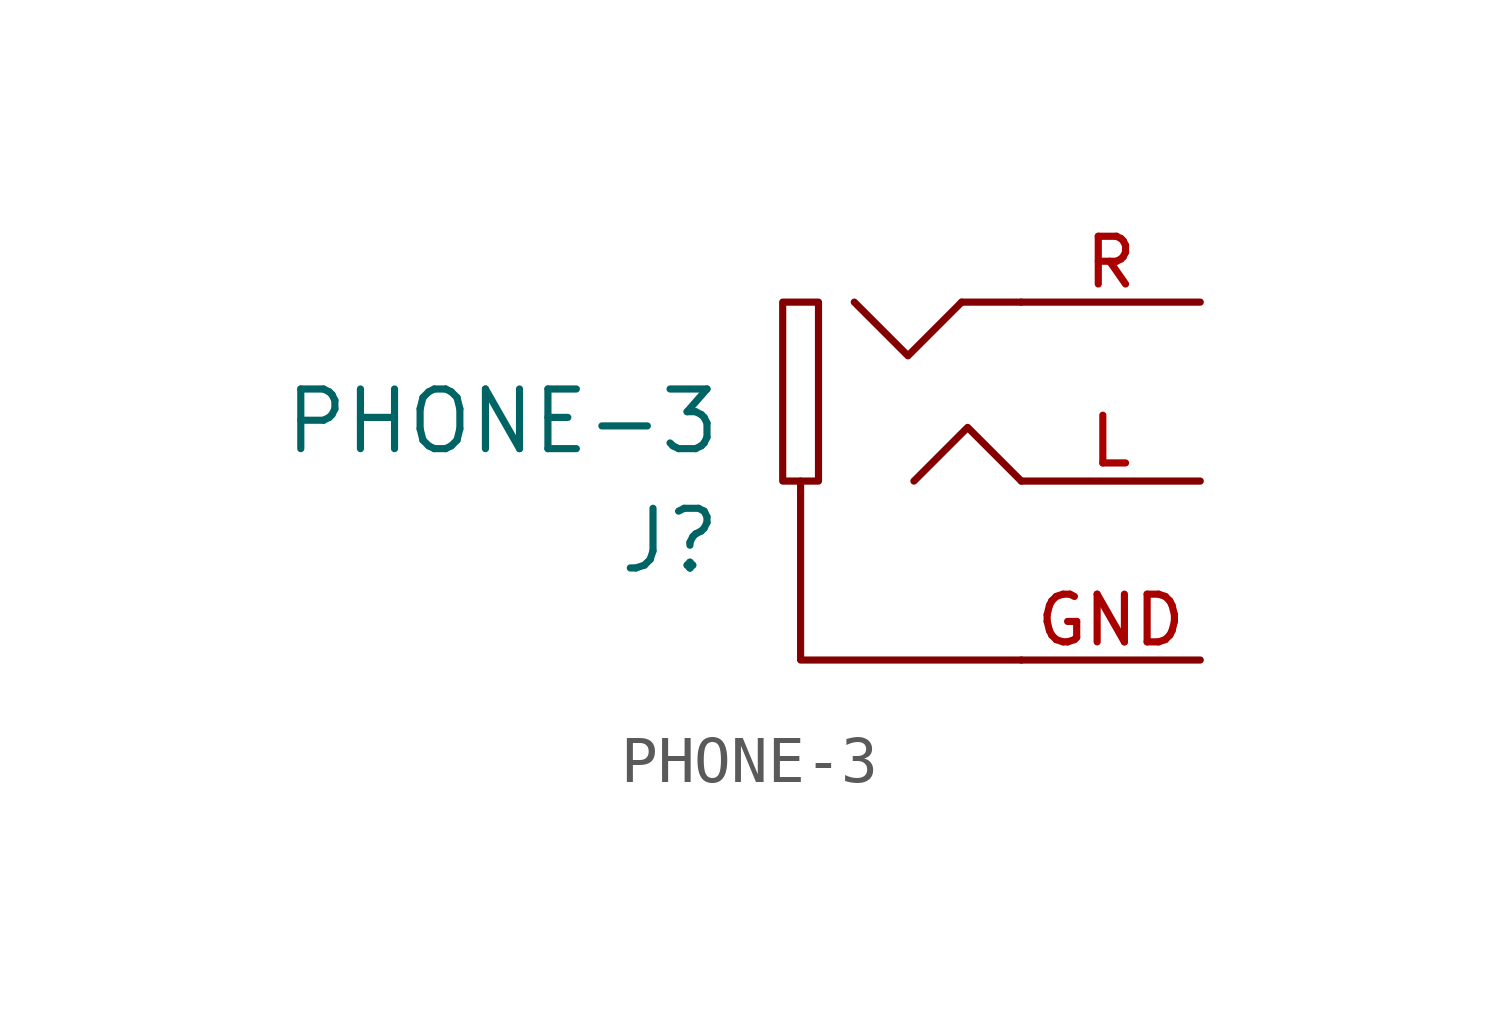
<source format=kicad_sym>
(kicad_symbol_lib
  (version 20211014)
  (generator kicad_symbol_editor)
  (symbol "PHONE-3"
    (pin_names
      (offset 0.025) hide)
    (property "Reference" "J"
      (at -10.16 -1.27 0)
      (effects (font (size 1.27 1.27)) (justify right)))
    (property "Value" "PHONE-3"
      (at -10.16 1.27 0)
      (effects (font (size 1.27 1.27)) (justify right)))
    (symbol "PHONE-3_0_1"
      (rectangle (start -8.89 3.81) (end -8.128 0) (stroke (width 0) (type default) (color 0 0 0 0)) (fill (type none)))
      (polyline (pts (xy -3.81 3.81) (xy -5.08 3.81)) (stroke (width 0) (type default) (color 0 0 0 0)) (fill (type none)))
      (polyline (pts (xy -7.366 3.81) (xy -6.223 2.667) (xy -5.08 3.81)) (stroke (width 0) (type default) (color 0 0 0 0)) (fill (type none)))
      (polyline (pts (xy -6.096 0) (xy -4.953 1.143) (xy -3.81 0)) (stroke (width 0) (type default) (color 0 0 0 0)) (fill (type none)))
      (polyline (pts (xy -3.81 -3.81) (xy -8.509 -3.81) (xy -8.509 0)) (stroke (width 0) (type default) (color 0 0 0 0)) (fill (type none))))
    (symbol "PHONE-3_1_1"
      (pin power_in line (at 0 -3.81 180) (length 3.81) (name "~" (effects (font (size 1.27 1.27)))) (number "GND" (effects (font (size 1.016 1.016)))))
      (pin input line (at 0 0 180) (length 3.81) (name "~" (effects (font (size 1.27 1.27)))) (number "L" (effects (font (size 1.016 1.016)))))
      (pin input line (at 0 3.81 180) (length 3.81) (name "~" (effects (font (size 1.27 1.27)))) (number "R" (effects (font (size 1.016 1.016))))))))
</source>
